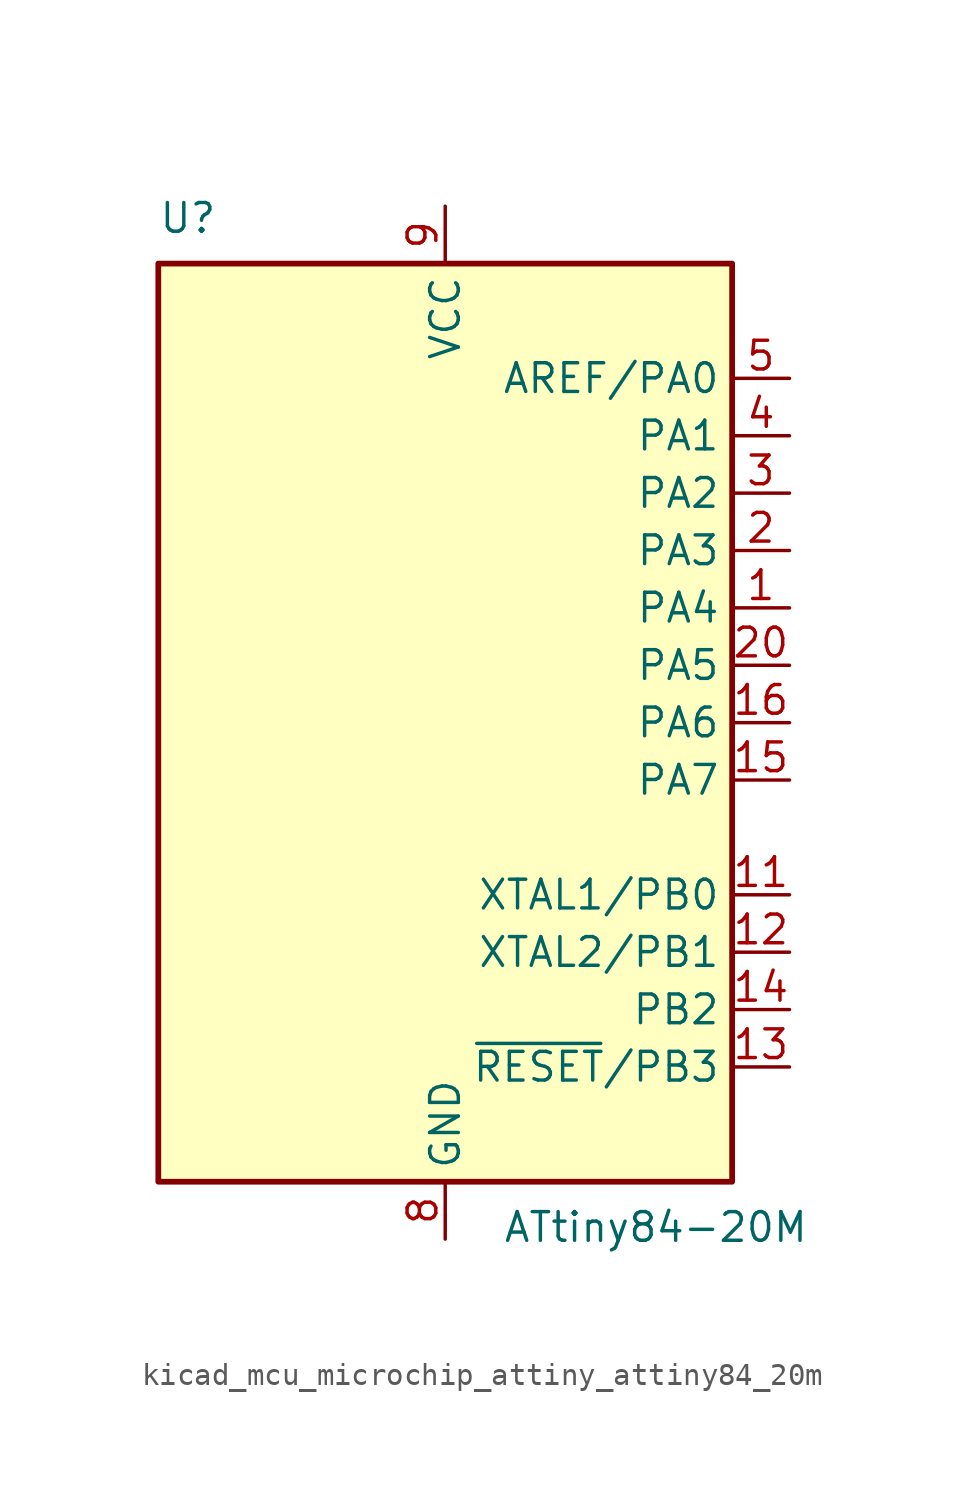
<source format=kicad_sym>
(kicad_symbol_lib
  (version 20220914)
  (generator kicad_symbol_editor)
  (symbol "kicad_mcu_microchip_attiny_attiny84_20m"
    (property "Reference" "U"
      (at -12.7 21.59 0)
      (effects (font (size 1.27 1.27)) (justify left bottom)))
    (property "Value" "ATtiny84-20M"
      (at 2.54 -21.59 0)
      (effects (font (size 1.27 1.27)) (justify left top)))
    (symbol "kicad_mcu_microchip_attiny_attiny84_20m_0_1"
      (rectangle (start -12.7 -20.32) (end 12.7 20.32) (stroke (width 0.254) (type default)) (fill (type background))))
    (symbol "kicad_mcu_microchip_attiny_attiny84_20m_1_1"
      (pin bidirectional line (at 15.24 5.08 180) (length 2.54) (name "PA4" (effects (font (size 1.27 1.27)))) (number "1" (effects (font (size 1.27 1.27)))))
      (pin no_connect line (at -12.7 -10.16 0) (length 2.54) hide (name "NC" (effects (font (size 1.27 1.27)))) (number "10" (effects (font (size 1.27 1.27)))))
      (pin bidirectional line (at 15.24 -7.62 180) (length 2.54) (name "XTAL1/PB0" (effects (font (size 1.27 1.27)))) (number "11" (effects (font (size 1.27 1.27)))))
      (pin bidirectional line (at 15.24 -10.16 180) (length 2.54) (name "XTAL2/PB1" (effects (font (size 1.27 1.27)))) (number "12" (effects (font (size 1.27 1.27)))))
      (pin bidirectional line (at 15.24 -15.24 180) (length 2.54) (name "~{RESET}/PB3" (effects (font (size 1.27 1.27)))) (number "13" (effects (font (size 1.27 1.27)))))
      (pin bidirectional line (at 15.24 -12.7 180) (length 2.54) (name "PB2" (effects (font (size 1.27 1.27)))) (number "14" (effects (font (size 1.27 1.27)))))
      (pin bidirectional line (at 15.24 -2.54 180) (length 2.54) (name "PA7" (effects (font (size 1.27 1.27)))) (number "15" (effects (font (size 1.27 1.27)))))
      (pin bidirectional line (at 15.24 0 180) (length 2.54) (name "PA6" (effects (font (size 1.27 1.27)))) (number "16" (effects (font (size 1.27 1.27)))))
      (pin no_connect line (at -12.7 -12.7 0) (length 2.54) hide (name "NC" (effects (font (size 1.27 1.27)))) (number "17" (effects (font (size 1.27 1.27)))))
      (pin no_connect line (at -12.7 -15.24 0) (length 2.54) hide (name "NC" (effects (font (size 1.27 1.27)))) (number "18" (effects (font (size 1.27 1.27)))))
      (pin no_connect line (at -12.7 -17.78 0) (length 2.54) hide (name "NC" (effects (font (size 1.27 1.27)))) (number "19" (effects (font (size 1.27 1.27)))))
      (pin bidirectional line (at 15.24 7.62 180) (length 2.54) (name "PA3" (effects (font (size 1.27 1.27)))) (number "2" (effects (font (size 1.27 1.27)))))
      (pin bidirectional line (at 15.24 2.54 180) (length 2.54) (name "PA5" (effects (font (size 1.27 1.27)))) (number "20" (effects (font (size 1.27 1.27)))))
      (pin passive line (at 0 -22.86 90) (length 2.54) hide (name "GND" (effects (font (size 1.27 1.27)))) (number "21" (effects (font (size 1.27 1.27)))))
      (pin bidirectional line (at 15.24 10.16 180) (length 2.54) (name "PA2" (effects (font (size 1.27 1.27)))) (number "3" (effects (font (size 1.27 1.27)))))
      (pin bidirectional line (at 15.24 12.7 180) (length 2.54) (name "PA1" (effects (font (size 1.27 1.27)))) (number "4" (effects (font (size 1.27 1.27)))))
      (pin bidirectional line (at 15.24 15.24 180) (length 2.54) (name "AREF/PA0" (effects (font (size 1.27 1.27)))) (number "5" (effects (font (size 1.27 1.27)))))
      (pin no_connect line (at -12.7 -5.08 0) (length 2.54) hide (name "NC" (effects (font (size 1.27 1.27)))) (number "6" (effects (font (size 1.27 1.27)))))
      (pin no_connect line (at -12.7 -7.62 0) (length 2.54) hide (name "NC" (effects (font (size 1.27 1.27)))) (number "7" (effects (font (size 1.27 1.27)))))
      (pin power_in line (at 0 -22.86 90) (length 2.54) (name "GND" (effects (font (size 1.27 1.27)))) (number "8" (effects (font (size 1.27 1.27)))))
      (pin power_in line (at 0 22.86 270) (length 2.54) (name "VCC" (effects (font (size 1.27 1.27)))) (number "9" (effects (font (size 1.27 1.27))))))))
</source>
